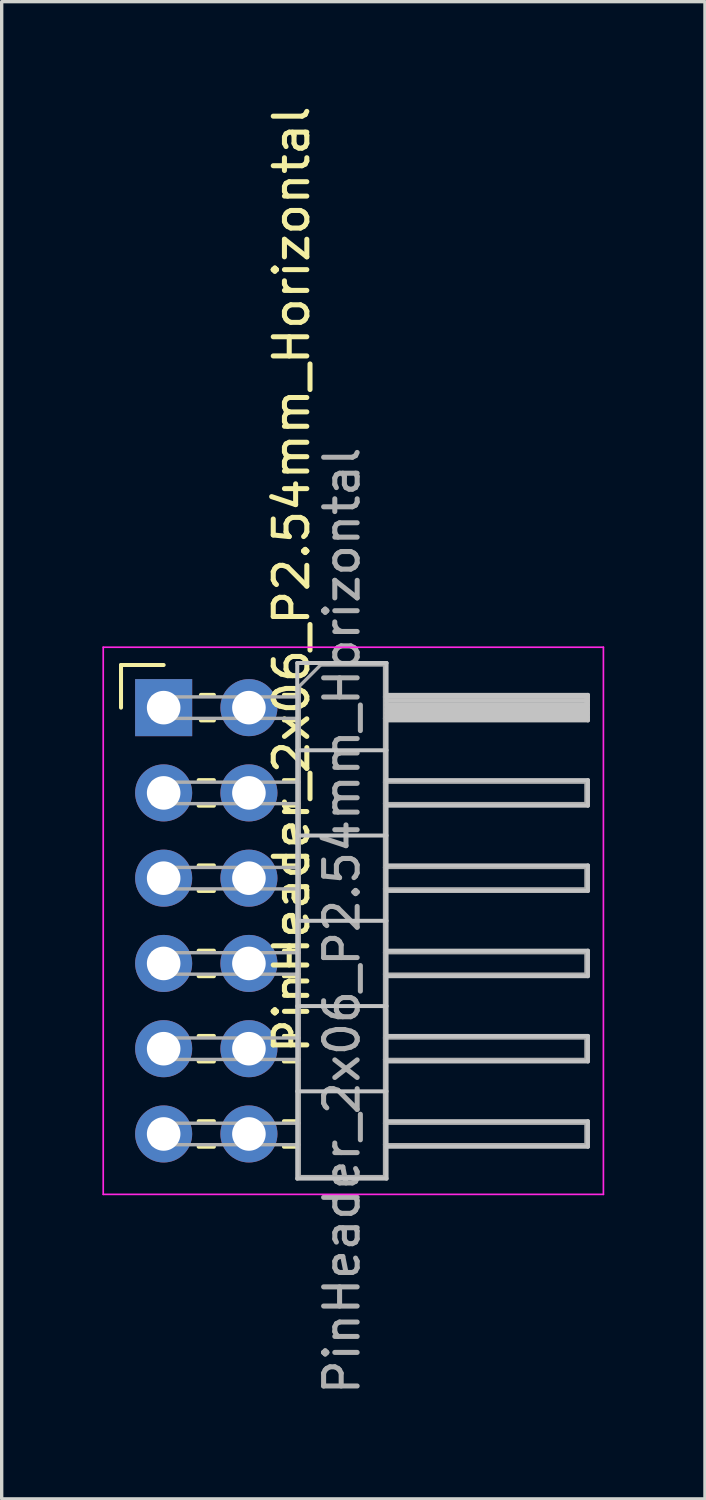
<source format=kicad_pcb>
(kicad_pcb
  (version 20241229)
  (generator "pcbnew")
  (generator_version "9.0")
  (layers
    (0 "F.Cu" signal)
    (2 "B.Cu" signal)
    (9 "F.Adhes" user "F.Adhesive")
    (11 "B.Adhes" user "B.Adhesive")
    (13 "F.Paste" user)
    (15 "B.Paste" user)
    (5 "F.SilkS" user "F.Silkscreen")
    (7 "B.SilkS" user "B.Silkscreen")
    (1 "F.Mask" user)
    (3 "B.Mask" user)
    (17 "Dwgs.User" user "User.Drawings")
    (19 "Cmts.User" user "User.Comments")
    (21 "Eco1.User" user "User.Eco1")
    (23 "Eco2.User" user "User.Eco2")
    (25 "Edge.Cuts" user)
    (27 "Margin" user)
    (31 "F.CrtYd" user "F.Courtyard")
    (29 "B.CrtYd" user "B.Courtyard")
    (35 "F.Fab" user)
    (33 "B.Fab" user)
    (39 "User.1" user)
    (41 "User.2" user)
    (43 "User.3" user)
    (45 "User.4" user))
  (footprint "PinHeader_2x06_P2.54mm_Horizontal"
    (layer "F.Cu")
    (at 1.825 18.03)
    (property "Reference" "PinHeader_2x06_P2.54mm_Horizontal" (at 3.81 -3.81 270) (layer "F.SilkS") (effects (font (size 1 1) (thickness 0.15))))
    (attr through_hole)
    (fp_line (start -1.27 -1.27) (end 0 -1.27) (stroke (width 0.12) (type solid)) (layer "F.SilkS"))
    (fp_line (start -1.27 0) (end -1.27 -1.27) (stroke (width 0.12) (type solid)) (layer "F.SilkS"))
    (fp_line (start 1.043 2.16) (end 1.497 2.16) (stroke (width 0.12) (type solid)) (layer "F.SilkS"))
    (fp_line (start 1.043 2.92) (end 1.497 2.92) (stroke (width 0.12) (type solid)) (layer "F.SilkS"))
    (fp_line (start 1.043 4.7) (end 1.497 4.7) (stroke (width 0.12) (type solid)) (layer "F.SilkS"))
    (fp_line (start 1.043 5.46) (end 1.497 5.46) (stroke (width 0.12) (type solid)) (layer "F.SilkS"))
    (fp_line (start 1.043 7.24) (end 1.497 7.24) (stroke (width 0.12) (type solid)) (layer "F.SilkS"))
    (fp_line (start 1.043 8) (end 1.497 8) (stroke (width 0.12) (type solid)) (layer "F.SilkS"))
    (fp_line (start 1.043 9.78) (end 1.497 9.78) (stroke (width 0.12) (type solid)) (layer "F.SilkS"))
    (fp_line (start 1.043 10.54) (end 1.497 10.54) (stroke (width 0.12) (type solid)) (layer "F.SilkS"))
    (fp_line (start 1.043 12.32) (end 1.497 12.32) (stroke (width 0.12) (type solid)) (layer "F.SilkS"))
    (fp_line (start 1.043 13.08) (end 1.497 13.08) (stroke (width 0.12) (type solid)) (layer "F.SilkS"))
    (fp_line (start 1.11 -0.38) (end 1.497 -0.38) (stroke (width 0.12) (type solid)) (layer "F.SilkS"))
    (fp_line (start 1.11 0.38) (end 1.497 0.38) (stroke (width 0.12) (type solid)) (layer "F.SilkS"))
    (fp_line (start 3.583 -0.38) (end 3.98 -0.38) (stroke (width 0.12) (type solid)) (layer "F.SilkS"))
    (fp_line (start 3.583 0.38) (end 3.98 0.38) (stroke (width 0.12) (type solid)) (layer "F.SilkS"))
    (fp_line (start 3.583 2.16) (end 3.98 2.16) (stroke (width 0.12) (type solid)) (layer "F.SilkS"))
    (fp_line (start 3.583 2.92) (end 3.98 2.92) (stroke (width 0.12) (type solid)) (layer "F.SilkS"))
    (fp_line (start 3.583 4.7) (end 3.98 4.7) (stroke (width 0.12) (type solid)) (layer "F.SilkS"))
    (fp_line (start 3.583 5.46) (end 3.98 5.46) (stroke (width 0.12) (type solid)) (layer "F.SilkS"))
    (fp_line (start 3.583 7.24) (end 3.98 7.24) (stroke (width 0.12) (type solid)) (layer "F.SilkS"))
    (fp_line (start 3.583 8) (end 3.98 8) (stroke (width 0.12) (type solid)) (layer "F.SilkS"))
    (fp_line (start 3.583 9.78) (end 3.98 9.78) (stroke (width 0.12) (type solid)) (layer "F.SilkS"))
    (fp_line (start 3.583 10.54) (end 3.98 10.54) (stroke (width 0.12) (type solid)) (layer "F.SilkS"))
    (fp_line (start 3.583 12.32) (end 3.98 12.32) (stroke (width 0.12) (type solid)) (layer "F.SilkS"))
    (fp_line (start 3.583 13.08) (end 3.98 13.08) (stroke (width 0.12) (type solid)) (layer "F.SilkS"))
    (fp_line (start 3.98 -1.33) (end 3.98 14.03) (stroke (width 0.12) (type solid)) (layer "Dwgs.User"))
    (fp_line (start 3.98 1.27) (end 6.64 1.27) (stroke (width 0.12) (type solid)) (layer "Dwgs.User"))
    (fp_line (start 3.98 3.81) (end 6.64 3.81) (stroke (width 0.12) (type solid)) (layer "Dwgs.User"))
    (fp_line (start 3.98 6.35) (end 6.64 6.35) (stroke (width 0.12) (type solid)) (layer "Dwgs.User"))
    (fp_line (start 3.98 8.89) (end 6.64 8.89) (stroke (width 0.12) (type solid)) (layer "Dwgs.User"))
    (fp_line (start 3.98 11.43) (end 6.64 11.43) (stroke (width 0.12) (type solid)) (layer "Dwgs.User"))
    (fp_line (start 3.98 14.03) (end 6.64 14.03) (stroke (width 0.12) (type solid)) (layer "Dwgs.User"))
    (fp_line (start 6.64 -1.33) (end 3.98 -1.33) (stroke (width 0.12) (type solid)) (layer "Dwgs.User"))
    (fp_line (start 6.64 -0.38) (end 12.64 -0.38) (stroke (width 0.12) (type solid)) (layer "Dwgs.User"))
    (fp_line (start 6.64 -0.32) (end 12.64 -0.32) (stroke (width 0.12) (type solid)) (layer "Dwgs.User"))
    (fp_line (start 6.64 -0.2) (end 12.64 -0.2) (stroke (width 0.12) (type solid)) (layer "Dwgs.User"))
    (fp_line (start 6.64 -0.08) (end 12.64 -0.08) (stroke (width 0.12) (type solid)) (layer "Dwgs.User"))
    (fp_line (start 6.64 0.04) (end 12.64 0.04) (stroke (width 0.12) (type solid)) (layer "Dwgs.User"))
    (fp_line (start 6.64 0.16) (end 12.64 0.16) (stroke (width 0.12) (type solid)) (layer "Dwgs.User"))
    (fp_line (start 6.64 0.28) (end 12.64 0.28) (stroke (width 0.12) (type solid)) (layer "Dwgs.User"))
    (fp_line (start 6.64 2.16) (end 12.64 2.16) (stroke (width 0.12) (type solid)) (layer "Dwgs.User"))
    (fp_line (start 6.64 4.7) (end 12.64 4.7) (stroke (width 0.12) (type solid)) (layer "Dwgs.User"))
    (fp_line (start 6.64 7.24) (end 12.64 7.24) (stroke (width 0.12) (type solid)) (layer "Dwgs.User"))
    (fp_line (start 6.64 9.78) (end 12.64 9.78) (stroke (width 0.12) (type solid)) (layer "Dwgs.User"))
    (fp_line (start 6.64 12.32) (end 12.64 12.32) (stroke (width 0.12) (type solid)) (layer "Dwgs.User"))
    (fp_line (start 6.64 14.03) (end 6.64 -1.33) (stroke (width 0.12) (type solid)) (layer "Dwgs.User"))
    (fp_line (start 12.64 -0.38) (end 12.64 0.38) (stroke (width 0.12) (type solid)) (layer "Dwgs.User"))
    (fp_line (start 12.64 0.38) (end 6.64 0.38) (stroke (width 0.12) (type solid)) (layer "Dwgs.User"))
    (fp_line (start 12.64 2.16) (end 12.64 2.92) (stroke (width 0.12) (type solid)) (layer "Dwgs.User"))
    (fp_line (start 12.64 2.92) (end 6.64 2.92) (stroke (width 0.12) (type solid)) (layer "Dwgs.User"))
    (fp_line (start 12.64 4.7) (end 12.64 5.46) (stroke (width 0.12) (type solid)) (layer "Dwgs.User"))
    (fp_line (start 12.64 5.46) (end 6.64 5.46) (stroke (width 0.12) (type solid)) (layer "Dwgs.User"))
    (fp_line (start 12.64 7.24) (end 12.64 8) (stroke (width 0.12) (type solid)) (layer "Dwgs.User"))
    (fp_line (start 12.64 8) (end 6.64 8) (stroke (width 0.12) (type solid)) (layer "Dwgs.User"))
    (fp_line (start 12.64 9.78) (end 12.64 10.54) (stroke (width 0.12) (type solid)) (layer "Dwgs.User"))
    (fp_line (start 12.64 10.54) (end 6.64 10.54) (stroke (width 0.12) (type solid)) (layer "Dwgs.User"))
    (fp_line (start 12.64 12.32) (end 12.64 13.08) (stroke (width 0.12) (type solid)) (layer "Dwgs.User"))
    (fp_line (start 12.64 13.08) (end 6.64 13.08) (stroke (width 0.12) (type solid)) (layer "Dwgs.User"))
    (fp_line (start -1.8 -1.8) (end -1.8 14.5) (stroke (width 0.05) (type solid)) (layer "F.CrtYd"))
    (fp_line (start -1.8 14.5) (end 13.1 14.5) (stroke (width 0.05) (type solid)) (layer "F.CrtYd"))
    (fp_line (start 13.1 -1.8) (end -1.8 -1.8) (stroke (width 0.05) (type solid)) (layer "F.CrtYd"))
    (fp_line (start 13.1 14.5) (end 13.1 -1.8) (stroke (width 0.05) (type solid)) (layer "F.CrtYd"))
    (fp_line (start -0.32 -0.32) (end -0.32 0.32) (stroke (width 0.1) (type solid)) (layer "F.Fab"))
    (fp_line (start -0.32 -0.32) (end 4.04 -0.32) (stroke (width 0.1) (type solid)) (layer "F.Fab"))
    (fp_line (start -0.32 0.32) (end 4.04 0.32) (stroke (width 0.1) (type solid)) (layer "F.Fab"))
    (fp_line (start -0.32 2.22) (end -0.32 2.86) (stroke (width 0.1) (type solid)) (layer "F.Fab"))
    (fp_line (start -0.32 2.22) (end 4.04 2.22) (stroke (width 0.1) (type solid)) (layer "F.Fab"))
    (fp_line (start -0.32 2.86) (end 4.04 2.86) (stroke (width 0.1) (type solid)) (layer "F.Fab"))
    (fp_line (start -0.32 4.76) (end -0.32 5.4) (stroke (width 0.1) (type solid)) (layer "F.Fab"))
    (fp_line (start -0.32 4.76) (end 4.04 4.76) (stroke (width 0.1) (type solid)) (layer "F.Fab"))
    (fp_line (start -0.32 5.4) (end 4.04 5.4) (stroke (width 0.1) (type solid)) (layer "F.Fab"))
    (fp_line (start -0.32 7.3) (end -0.32 7.94) (stroke (width 0.1) (type solid)) (layer "F.Fab"))
    (fp_line (start -0.32 7.3) (end 4.04 7.3) (stroke (width 0.1) (type solid)) (layer "F.Fab"))
    (fp_line (start -0.32 7.94) (end 4.04 7.94) (stroke (width 0.1) (type solid)) (layer "F.Fab"))
    (fp_line (start -0.32 9.84) (end -0.32 10.48) (stroke (width 0.1) (type solid)) (layer "F.Fab"))
    (fp_line (start -0.32 9.84) (end 4.04 9.84) (stroke (width 0.1) (type solid)) (layer "F.Fab"))
    (fp_line (start -0.32 10.48) (end 4.04 10.48) (stroke (width 0.1) (type solid)) (layer "F.Fab"))
    (fp_line (start -0.32 12.38) (end -0.32 13.02) (stroke (width 0.1) (type solid)) (layer "F.Fab"))
    (fp_line (start -0.32 12.38) (end 4.04 12.38) (stroke (width 0.1) (type solid)) (layer "F.Fab"))
    (fp_line (start -0.32 13.02) (end 4.04 13.02) (stroke (width 0.1) (type solid)) (layer "F.Fab"))
    (fp_line (start 4.04 -0.635) (end 4.675 -1.27) (stroke (width 0.1) (type solid)) (layer "F.Fab"))
    (fp_line (start 4.04 13.97) (end 4.04 -0.635) (stroke (width 0.1) (type solid)) (layer "F.Fab"))
    (fp_line (start 4.675 -1.27) (end 6.58 -1.27) (stroke (width 0.1) (type solid)) (layer "F.Fab"))
    (fp_line (start 6.58 -1.27) (end 6.58 13.97) (stroke (width 0.1) (type solid)) (layer "F.Fab"))
    (fp_line (start 6.58 -0.32) (end 12.58 -0.32) (stroke (width 0.1) (type solid)) (layer "F.Fab"))
    (fp_line (start 6.58 0.32) (end 12.58 0.32) (stroke (width 0.1) (type solid)) (layer "F.Fab"))
    (fp_line (start 6.58 2.22) (end 12.58 2.22) (stroke (width 0.1) (type solid)) (layer "F.Fab"))
    (fp_line (start 6.58 2.86) (end 12.58 2.86) (stroke (width 0.1) (type solid)) (layer "F.Fab"))
    (fp_line (start 6.58 4.76) (end 12.58 4.76) (stroke (width 0.1) (type solid)) (layer "F.Fab"))
    (fp_line (start 6.58 5.4) (end 12.58 5.4) (stroke (width 0.1) (type solid)) (layer "F.Fab"))
    (fp_line (start 6.58 7.3) (end 12.58 7.3) (stroke (width 0.1) (type solid)) (layer "F.Fab"))
    (fp_line (start 6.58 7.94) (end 12.58 7.94) (stroke (width 0.1) (type solid)) (layer "F.Fab"))
    (fp_line (start 6.58 9.84) (end 12.58 9.84) (stroke (width 0.1) (type solid)) (layer "F.Fab"))
    (fp_line (start 6.58 10.48) (end 12.58 10.48) (stroke (width 0.1) (type solid)) (layer "F.Fab"))
    (fp_line (start 6.58 12.38) (end 12.58 12.38) (stroke (width 0.1) (type solid)) (layer "F.Fab"))
    (fp_line (start 6.58 13.02) (end 12.58 13.02) (stroke (width 0.1) (type solid)) (layer "F.Fab"))
    (fp_line (start 6.58 13.97) (end 4.04 13.97) (stroke (width 0.1) (type solid)) (layer "F.Fab"))
    (fp_line (start 12.58 -0.32) (end 12.58 0.32) (stroke (width 0.1) (type solid)) (layer "F.Fab"))
    (fp_line (start 12.58 2.22) (end 12.58 2.86) (stroke (width 0.1) (type solid)) (layer "F.Fab"))
    (fp_line (start 12.58 4.76) (end 12.58 5.4) (stroke (width 0.1) (type solid)) (layer "F.Fab"))
    (fp_line (start 12.58 7.3) (end 12.58 7.94) (stroke (width 0.1) (type solid)) (layer "F.Fab"))
    (fp_line (start 12.58 9.84) (end 12.58 10.48) (stroke (width 0.1) (type solid)) (layer "F.Fab"))
    (fp_line (start 12.58 12.38) (end 12.58 13.02) (stroke (width 0.1) (type solid)) (layer "F.Fab"))
    (fp_text user "${REFERENCE}" (at 5.31 6.35 270) (layer "F.Fab") (effects (font (size 1 1) (thickness 0.15))))
    (pad "1" thru_hole rect (at 0 0) (size 1.7 1.7) (drill 1) (layers "*.Cu" "*.Mask"))
    (pad "2" thru_hole oval (at 2.54 0) (size 1.7 1.7) (drill 1) (layers "*.Cu" "*.Mask"))
    (pad "3" thru_hole oval (at 0 2.54) (size 1.7 1.7) (drill 1) (layers "*.Cu" "*.Mask"))
    (pad "4" thru_hole oval (at 2.54 2.54) (size 1.7 1.7) (drill 1) (layers "*.Cu" "*.Mask"))
    (pad "5" thru_hole oval (at 0 5.08) (size 1.7 1.7) (drill 1) (layers "*.Cu" "*.Mask"))
    (pad "6" thru_hole oval (at 2.54 5.08) (size 1.7 1.7) (drill 1) (layers "*.Cu" "*.Mask"))
    (pad "7" thru_hole oval (at 0 7.62) (size 1.7 1.7) (drill 1) (layers "*.Cu" "*.Mask"))
    (pad "8" thru_hole oval (at 2.54 7.62) (size 1.7 1.7) (drill 1) (layers "*.Cu" "*.Mask"))
    (pad "9" thru_hole oval (at 0 10.16) (size 1.7 1.7) (drill 1) (layers "*.Cu" "*.Mask"))
    (pad "10" thru_hole oval (at 2.54 10.16) (size 1.7 1.7) (drill 1) (layers "*.Cu" "*.Mask"))
    (pad "11" thru_hole oval (at 0 12.7) (size 1.7 1.7) (drill 1) (layers "*.Cu" "*.Mask"))
    (pad "12" thru_hole oval (at 2.54 12.7) (size 1.7 1.7) (drill 1) (layers "*.Cu" "*.Mask")))
  (gr_rect
    (start -3 -3)
    (end 17.95 41.6)
    (stroke (width 0.1) (type default))
    (fill no)
    (layer "Edge.Cuts")))
</source>
